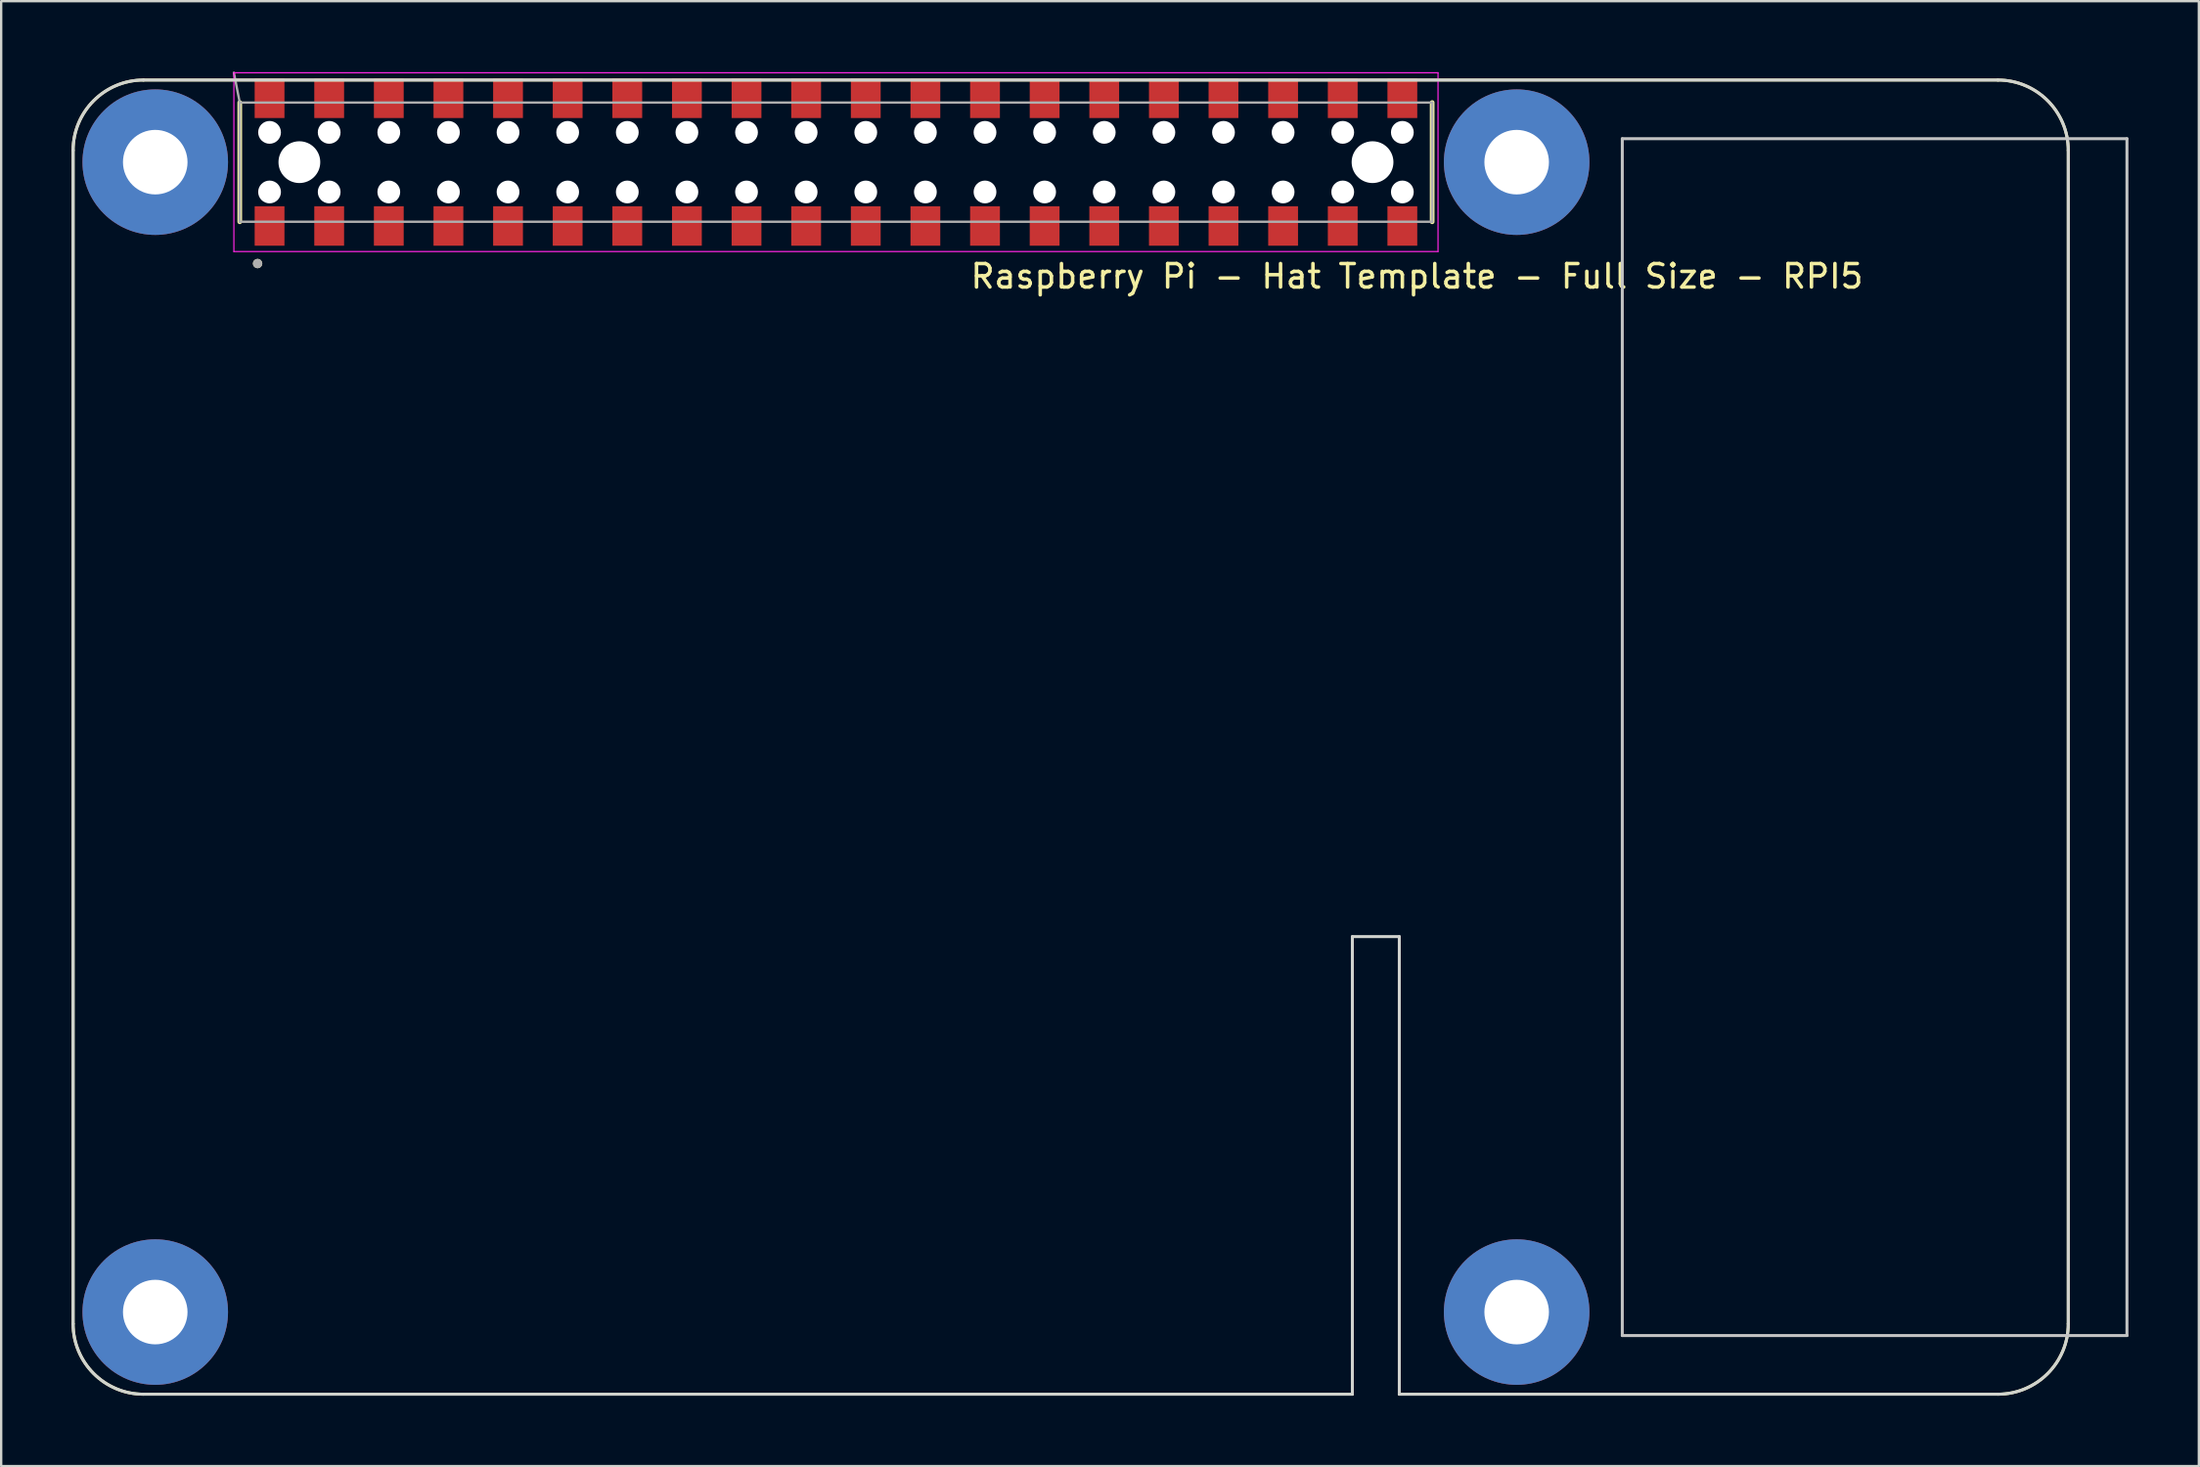
<source format=kicad_pcb>
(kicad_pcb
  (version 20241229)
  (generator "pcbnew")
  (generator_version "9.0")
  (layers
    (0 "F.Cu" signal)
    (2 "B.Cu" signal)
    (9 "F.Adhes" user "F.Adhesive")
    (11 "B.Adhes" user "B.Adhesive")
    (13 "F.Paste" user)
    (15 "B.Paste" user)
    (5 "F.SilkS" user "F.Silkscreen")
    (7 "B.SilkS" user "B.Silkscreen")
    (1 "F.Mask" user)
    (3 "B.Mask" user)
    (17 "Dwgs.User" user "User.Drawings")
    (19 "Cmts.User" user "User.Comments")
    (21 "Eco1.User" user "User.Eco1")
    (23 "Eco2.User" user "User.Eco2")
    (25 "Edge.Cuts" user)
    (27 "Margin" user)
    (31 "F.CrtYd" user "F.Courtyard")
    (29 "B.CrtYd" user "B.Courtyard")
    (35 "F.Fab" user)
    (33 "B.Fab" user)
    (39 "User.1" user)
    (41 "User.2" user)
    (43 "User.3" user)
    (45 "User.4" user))
  (footprint "Raspberry Pi - Hat Template - Full Size - RPI5"
    (layer "F.Cu")
    (at 32.564 3.86)
    (property "Reference" "Raspberry Pi - Hat Template - Full Size - RPI5" (at 24.75 4.864 0) (layer "F.SilkS") (effects (font (size 1 1) (thickness 0.15))))
    (attr through_hole)
    (fp_line (start -32.5 -0.5) (end -32.5 49.5) (stroke (width 0.127) (type solid)) (layer "F.SilkS"))
    (fp_line (start -29.5 52.5) (end 22 52.5) (stroke (width 0.127) (type solid)) (layer "F.SilkS"))
    (fp_line (start -25.4 2.54) (end -25.4 -2.54) (stroke (width 0.2) (type solid)) (layer "F.SilkS"))
    (fp_line (start 24 52.5) (end 49.5 52.5) (stroke (width 0.127) (type solid)) (layer "F.SilkS"))
    (fp_line (start 25.4 2.54) (end 25.4 -2.54) (stroke (width 0.2) (type solid)) (layer "F.SilkS"))
    (fp_line (start 49.5 -3.5) (end -29.5 -3.5) (stroke (width 0.127) (type solid)) (layer "F.SilkS"))
    (fp_line (start 52.5 49.5) (end 52.5 -0.5) (stroke (width 0.127) (type solid)) (layer "F.SilkS"))
    (fp_arc (start -32.500001 -0.499999) (mid -31.621321 -2.62132) (end -29.499999 -3.5) (stroke (width 0.127) (type solid)) (layer "F.SilkS"))
    (fp_arc (start -29.5 52.5) (mid -31.621321 51.62132) (end -32.500001 49.499999) (stroke (width 0.127) (type solid)) (layer "F.SilkS"))
    (fp_arc (start 49.5 -3.5) (mid 51.62132 -2.62132) (end 52.5 -0.5) (stroke (width 0.127) (type solid)) (layer "F.SilkS"))
    (fp_arc (start 52.5 49.5) (mid 51.62132 51.62132) (end 49.5 52.5) (stroke (width 0.127) (type solid)) (layer "F.SilkS"))
    (fp_circle (center -24.64 4.32) (end -24.74 4.32) (stroke (width 0.2) (type solid)) (fill no) (layer "F.SilkS"))
    (fp_line (start 33.5 -1) (end 33.5 50) (stroke (width 0.127) (type solid)) (layer "Dwgs.User"))
    (fp_line (start 33.5 50) (end 55 50) (stroke (width 0.127) (type solid)) (layer "Dwgs.User"))
    (fp_line (start 55 -1) (end 33.5 -1) (stroke (width 0.127) (type solid)) (layer "Dwgs.User"))
    (fp_line (start 55 50) (end 55 -1) (stroke (width 0.127) (type solid)) (layer "Dwgs.User"))
    (fp_line (start -32.5 -0.5) (end -32.5 49.5) (stroke (width 0.127) (type solid)) (layer "Edge.Cuts"))
    (fp_line (start -29.5 52.5) (end 22 52.5) (stroke (width 0.127) (type solid)) (layer "Edge.Cuts"))
    (fp_line (start 22 33) (end 24 33) (stroke (width 0.127) (type solid)) (layer "Edge.Cuts"))
    (fp_line (start 22 52.5) (end 22 33) (stroke (width 0.127) (type solid)) (layer "Edge.Cuts"))
    (fp_line (start 24 52.5) (end 24 33) (stroke (width 0.127) (type solid)) (layer "Edge.Cuts"))
    (fp_line (start 24 52.5) (end 49.5 52.5) (stroke (width 0.127) (type solid)) (layer "Edge.Cuts"))
    (fp_line (start 49.5 -3.5) (end -29.5 -3.5) (stroke (width 0.127) (type solid)) (layer "Edge.Cuts"))
    (fp_line (start 52.5 49.5) (end 52.5 -0.5) (stroke (width 0.127) (type solid)) (layer "Edge.Cuts"))
    (fp_arc (start -32.500001 -0.499999) (mid -31.621321 -2.62132) (end -29.5 -3.5) (stroke (width 0.127) (type solid)) (layer "Edge.Cuts"))
    (fp_arc (start -29.5 52.5) (mid -31.621321 51.62132) (end -32.500001 49.499999) (stroke (width 0.127) (type solid)) (layer "Edge.Cuts"))
    (fp_arc (start 49.5 -3.5) (mid 51.62132 -2.62132) (end 52.5 -0.5) (stroke (width 0.127) (type solid)) (layer "Edge.Cuts"))
    (fp_arc (start 52.5 49.5) (mid 51.62132 51.62132) (end 49.5 52.5) (stroke (width 0.127) (type solid)) (layer "Edge.Cuts"))
    (fp_line (start -25.65 -3.81) (end -25.65 3.81) (stroke (width 0.05) (type solid)) (layer "F.CrtYd"))
    (fp_line (start -25.65 3.81) (end 25.65 3.81) (stroke (width 0.05) (type solid)) (layer "F.CrtYd"))
    (fp_line (start 25.65 -3.81) (end -25.65 -3.81) (stroke (width 0.05) (type solid)) (layer "F.CrtYd"))
    (fp_line (start 25.65 3.81) (end 25.65 -3.81) (stroke (width 0.05) (type solid)) (layer "F.CrtYd"))
    (fp_line (start -25.4 -2.54) (end -25.65 -3.81) (stroke (width 0.1) (type default)) (layer "F.Fab"))
    (fp_line (start -25.4 -2.54) (end -25.4 2.54) (stroke (width 0.1) (type solid)) (layer "F.Fab"))
    (fp_line (start -25.4 2.54) (end 25.4 2.54) (stroke (width 0.1) (type solid)) (layer "F.Fab"))
    (fp_line (start 25.4 -2.54) (end -25.4 -2.54) (stroke (width 0.1) (type solid)) (layer "F.Fab"))
    (fp_line (start 25.4 2.54) (end 25.4 -2.54) (stroke (width 0.1) (type solid)) (layer "F.Fab"))
    (fp_circle (center -24.64 4.32) (end -24.74 4.32) (stroke (width 0.2) (type solid)) (fill no) (layer "F.Fab"))
    (pad "" np_thru_hole circle (at -24.13 -1.27) (size 0.97 0.97) (drill 0.97) (layers "*.Cu" "*.Mask"))
    (pad "" np_thru_hole circle (at -24.13 1.27) (size 0.97 0.97) (drill 0.97) (layers "*.Cu" "*.Mask"))
    (pad "" np_thru_hole circle (at -22.86 0) (size 1.78 1.78) (drill 1.78) (layers "*.Cu" "*.Mask"))
    (pad "" np_thru_hole circle (at -21.59 -1.27) (size 0.97 0.97) (drill 0.97) (layers "*.Cu" "*.Mask"))
    (pad "" np_thru_hole circle (at -21.59 1.27) (size 0.97 0.97) (drill 0.97) (layers "*.Cu" "*.Mask"))
    (pad "" np_thru_hole circle (at -19.05 -1.27) (size 0.97 0.97) (drill 0.97) (layers "*.Cu" "*.Mask"))
    (pad "" np_thru_hole circle (at -19.05 1.27) (size 0.97 0.97) (drill 0.97) (layers "*.Cu" "*.Mask"))
    (pad "" np_thru_hole circle (at -16.51 -1.27) (size 0.97 0.97) (drill 0.97) (layers "*.Cu" "*.Mask"))
    (pad "" np_thru_hole circle (at -16.51 1.27) (size 0.97 0.97) (drill 0.97) (layers "*.Cu" "*.Mask"))
    (pad "" np_thru_hole circle (at -13.97 -1.27) (size 0.97 0.97) (drill 0.97) (layers "*.Cu" "*.Mask"))
    (pad "" np_thru_hole circle (at -13.97 1.27) (size 0.97 0.97) (drill 0.97) (layers "*.Cu" "*.Mask"))
    (pad "" np_thru_hole circle (at -11.43 -1.27) (size 0.97 0.97) (drill 0.97) (layers "*.Cu" "*.Mask"))
    (pad "" np_thru_hole circle (at -11.43 1.27) (size 0.97 0.97) (drill 0.97) (layers "*.Cu" "*.Mask"))
    (pad "" np_thru_hole circle (at -8.89 -1.27) (size 0.97 0.97) (drill 0.97) (layers "*.Cu" "*.Mask"))
    (pad "" np_thru_hole circle (at -8.89 1.27) (size 0.97 0.97) (drill 0.97) (layers "*.Cu" "*.Mask"))
    (pad "" np_thru_hole circle (at -6.35 -1.27) (size 0.97 0.97) (drill 0.97) (layers "*.Cu" "*.Mask"))
    (pad "" np_thru_hole circle (at -6.35 1.27) (size 0.97 0.97) (drill 0.97) (layers "*.Cu" "*.Mask"))
    (pad "" np_thru_hole circle (at -3.81 -1.27) (size 0.97 0.97) (drill 0.97) (layers "*.Cu" "*.Mask"))
    (pad "" np_thru_hole circle (at -3.81 1.27) (size 0.97 0.97) (drill 0.97) (layers "*.Cu" "*.Mask"))
    (pad "" np_thru_hole circle (at -1.27 -1.27) (size 0.97 0.97) (drill 0.97) (layers "*.Cu" "*.Mask"))
    (pad "" np_thru_hole circle (at -1.27 1.27) (size 0.97 0.97) (drill 0.97) (layers "*.Cu" "*.Mask"))
    (pad "" np_thru_hole circle (at 1.27 -1.27) (size 0.97 0.97) (drill 0.97) (layers "*.Cu" "*.Mask"))
    (pad "" np_thru_hole circle (at 1.27 1.27) (size 0.97 0.97) (drill 0.97) (layers "*.Cu" "*.Mask"))
    (pad "" np_thru_hole circle (at 3.81 -1.27) (size 0.97 0.97) (drill 0.97) (layers "*.Cu" "*.Mask"))
    (pad "" np_thru_hole circle (at 3.81 1.27) (size 0.97 0.97) (drill 0.97) (layers "*.Cu" "*.Mask"))
    (pad "" np_thru_hole circle (at 6.35 -1.27) (size 0.97 0.97) (drill 0.97) (layers "*.Cu" "*.Mask"))
    (pad "" np_thru_hole circle (at 6.35 1.27) (size 0.97 0.97) (drill 0.97) (layers "*.Cu" "*.Mask"))
    (pad "" np_thru_hole circle (at 8.89 -1.27) (size 0.97 0.97) (drill 0.97) (layers "*.Cu" "*.Mask"))
    (pad "" np_thru_hole circle (at 8.89 1.27) (size 0.97 0.97) (drill 0.97) (layers "*.Cu" "*.Mask"))
    (pad "" np_thru_hole circle (at 11.43 -1.27) (size 0.97 0.97) (drill 0.97) (layers "*.Cu" "*.Mask"))
    (pad "" np_thru_hole circle (at 11.43 1.27) (size 0.97 0.97) (drill 0.97) (layers "*.Cu" "*.Mask"))
    (pad "" np_thru_hole circle (at 13.97 -1.27) (size 0.97 0.97) (drill 0.97) (layers "*.Cu" "*.Mask"))
    (pad "" np_thru_hole circle (at 13.97 1.27) (size 0.97 0.97) (drill 0.97) (layers "*.Cu" "*.Mask"))
    (pad "" np_thru_hole circle (at 16.51 -1.27) (size 0.97 0.97) (drill 0.97) (layers "*.Cu" "*.Mask"))
    (pad "" np_thru_hole circle (at 16.51 1.27) (size 0.97 0.97) (drill 0.97) (layers "*.Cu" "*.Mask"))
    (pad "" np_thru_hole circle (at 19.05 -1.27) (size 0.97 0.97) (drill 0.97) (layers "*.Cu" "*.Mask"))
    (pad "" np_thru_hole circle (at 19.05 1.27) (size 0.97 0.97) (drill 0.97) (layers "*.Cu" "*.Mask"))
    (pad "" np_thru_hole circle (at 21.59 -1.27) (size 0.97 0.97) (drill 0.97) (layers "*.Cu" "*.Mask"))
    (pad "" np_thru_hole circle (at 21.59 1.27) (size 0.97 0.97) (drill 0.97) (layers "*.Cu" "*.Mask"))
    (pad "" np_thru_hole circle (at 22.86 0) (size 1.78 1.78) (drill 1.78) (layers "*.Cu" "*.Mask"))
    (pad "" np_thru_hole circle (at 24.13 -1.27) (size 0.97 0.97) (drill 0.97) (layers "*.Cu" "*.Mask"))
    (pad "" np_thru_hole circle (at 24.13 1.27) (size 0.97 0.97) (drill 0.97) (layers "*.Cu" "*.Mask"))
    (pad "01" smd rect (at -24.13 2.72) (size 1.27 1.68) (layers "F.Cu" "F.Mask" "F.Paste"))
    (pad "02" smd rect (at -24.13 -2.72) (size 1.27 1.68) (layers "F.Cu" "F.Mask" "F.Paste"))
    (pad "03" smd rect (at -21.59 2.72) (size 1.27 1.68) (layers "F.Cu" "F.Mask" "F.Paste"))
    (pad "04" smd rect (at -21.59 -2.72) (size 1.27 1.68) (layers "F.Cu" "F.Mask" "F.Paste"))
    (pad "05" smd rect (at -19.05 2.72) (size 1.27 1.68) (layers "F.Cu" "F.Mask" "F.Paste"))
    (pad "06" smd rect (at -19.05 -2.72) (size 1.27 1.68) (layers "F.Cu" "F.Mask" "F.Paste"))
    (pad "07" smd rect (at -16.51 2.72) (size 1.27 1.68) (layers "F.Cu" "F.Mask" "F.Paste"))
    (pad "08" smd rect (at -16.51 -2.72) (size 1.27 1.68) (layers "F.Cu" "F.Mask" "F.Paste"))
    (pad "09" smd rect (at -13.97 2.72) (size 1.27 1.68) (layers "F.Cu" "F.Mask" "F.Paste"))
    (pad "10" smd rect (at -13.97 -2.72) (size 1.27 1.68) (layers "F.Cu" "F.Mask" "F.Paste"))
    (pad "11" smd rect (at -11.43 2.72) (size 1.27 1.68) (layers "F.Cu" "F.Mask" "F.Paste"))
    (pad "12" smd rect (at -11.43 -2.72) (size 1.27 1.68) (layers "F.Cu" "F.Mask" "F.Paste"))
    (pad "13" smd rect (at -8.89 2.72) (size 1.27 1.68) (layers "F.Cu" "F.Mask" "F.Paste"))
    (pad "14" smd rect (at -8.89 -2.72) (size 1.27 1.68) (layers "F.Cu" "F.Mask" "F.Paste"))
    (pad "15" smd rect (at -6.35 2.72) (size 1.27 1.68) (layers "F.Cu" "F.Mask" "F.Paste"))
    (pad "16" smd rect (at -6.35 -2.72) (size 1.27 1.68) (layers "F.Cu" "F.Mask" "F.Paste"))
    (pad "17" smd rect (at -3.81 2.72) (size 1.27 1.68) (layers "F.Cu" "F.Mask" "F.Paste"))
    (pad "18" smd rect (at -3.81 -2.72) (size 1.27 1.68) (layers "F.Cu" "F.Mask" "F.Paste"))
    (pad "19" smd rect (at -1.27 2.72) (size 1.27 1.68) (layers "F.Cu" "F.Mask" "F.Paste"))
    (pad "20" smd rect (at -1.27 -2.72) (size 1.27 1.68) (layers "F.Cu" "F.Mask" "F.Paste"))
    (pad "21" smd rect (at 1.27 2.72) (size 1.27 1.68) (layers "F.Cu" "F.Mask" "F.Paste"))
    (pad "22" smd rect (at 1.27 -2.72) (size 1.27 1.68) (layers "F.Cu" "F.Mask" "F.Paste"))
    (pad "23" smd rect (at 3.81 2.72) (size 1.27 1.68) (layers "F.Cu" "F.Mask" "F.Paste"))
    (pad "24" smd rect (at 3.81 -2.72) (size 1.27 1.68) (layers "F.Cu" "F.Mask" "F.Paste"))
    (pad "25" smd rect (at 6.35 2.72) (size 1.27 1.68) (layers "F.Cu" "F.Mask" "F.Paste"))
    (pad "26" smd rect (at 6.35 -2.72) (size 1.27 1.68) (layers "F.Cu" "F.Mask" "F.Paste"))
    (pad "27" smd rect (at 8.89 2.72) (size 1.27 1.68) (layers "F.Cu" "F.Mask" "F.Paste"))
    (pad "28" smd rect (at 8.89 -2.72) (size 1.27 1.68) (layers "F.Cu" "F.Mask" "F.Paste"))
    (pad "29" smd rect (at 11.43 2.72) (size 1.27 1.68) (layers "F.Cu" "F.Mask" "F.Paste"))
    (pad "30" smd rect (at 11.43 -2.72) (size 1.27 1.68) (layers "F.Cu" "F.Mask" "F.Paste"))
    (pad "31" smd rect (at 13.97 2.72) (size 1.27 1.68) (layers "F.Cu" "F.Mask" "F.Paste"))
    (pad "32" smd rect (at 13.97 -2.72) (size 1.27 1.68) (layers "F.Cu" "F.Mask" "F.Paste"))
    (pad "33" smd rect (at 16.51 2.72) (size 1.27 1.68) (layers "F.Cu" "F.Mask" "F.Paste"))
    (pad "34" smd rect (at 16.51 -2.72) (size 1.27 1.68) (layers "F.Cu" "F.Mask" "F.Paste"))
    (pad "35" smd rect (at 19.05 2.72) (size 1.27 1.68) (layers "F.Cu" "F.Mask" "F.Paste"))
    (pad "36" smd rect (at 19.05 -2.72) (size 1.27 1.68) (layers "F.Cu" "F.Mask" "F.Paste"))
    (pad "37" smd rect (at 21.59 2.72) (size 1.27 1.68) (layers "F.Cu" "F.Mask" "F.Paste"))
    (pad "38" smd rect (at 21.59 -2.72) (size 1.27 1.68) (layers "F.Cu" "F.Mask" "F.Paste"))
    (pad "39" smd rect (at 24.13 2.72) (size 1.27 1.68) (layers "F.Cu" "F.Mask" "F.Paste"))
    (pad "40" smd rect (at 24.13 -2.72) (size 1.27 1.68) (layers "F.Cu" "F.Mask" "F.Paste"))
    (pad "S1" thru_hole circle (at -29 0) (size 6.2 6.2) (drill 2.75) (layers "*.Cu" "*.Mask"))
    (pad "S2" thru_hole circle (at 29 0) (size 6.2 6.2) (drill 2.75) (layers "*.Cu" "*.Mask"))
    (pad "S3" thru_hole circle (at 29 49) (size 6.2 6.2) (drill 2.75) (layers "*.Cu" "*.Mask"))
    (pad "S4" thru_hole circle (at -29 49) (size 6.2 6.2) (drill 2.75) (layers "*.Cu" "*.Mask")))
  (gr_rect
    (start -3 -3)
    (end 90.627 59.423)
    (stroke (width 0.1) (type default))
    (fill no)
    (layer "Edge.Cuts")))
</source>
